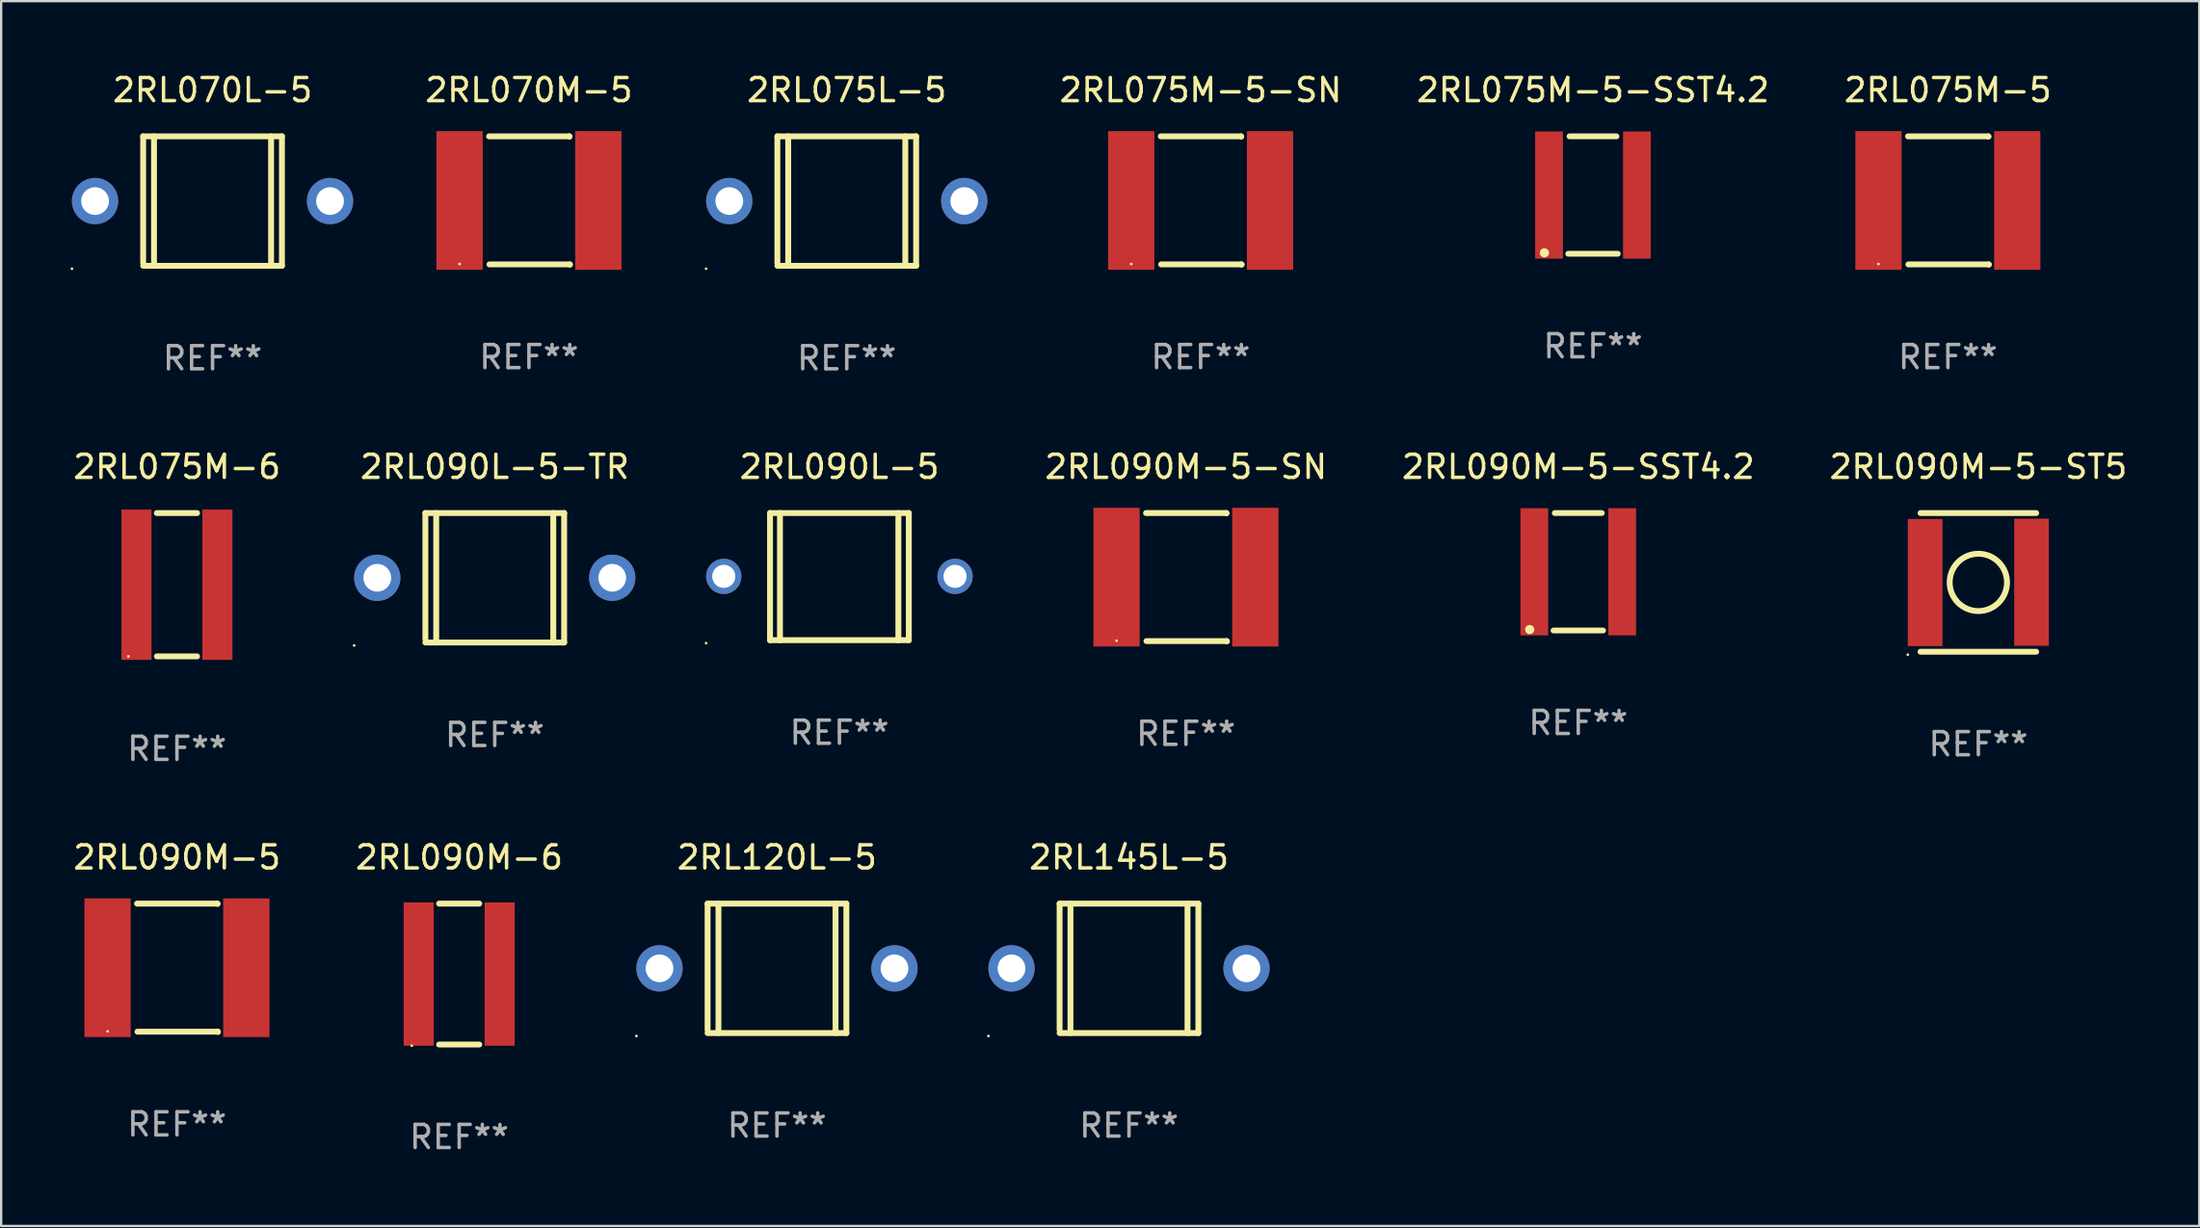
<source format=kicad_pcb>
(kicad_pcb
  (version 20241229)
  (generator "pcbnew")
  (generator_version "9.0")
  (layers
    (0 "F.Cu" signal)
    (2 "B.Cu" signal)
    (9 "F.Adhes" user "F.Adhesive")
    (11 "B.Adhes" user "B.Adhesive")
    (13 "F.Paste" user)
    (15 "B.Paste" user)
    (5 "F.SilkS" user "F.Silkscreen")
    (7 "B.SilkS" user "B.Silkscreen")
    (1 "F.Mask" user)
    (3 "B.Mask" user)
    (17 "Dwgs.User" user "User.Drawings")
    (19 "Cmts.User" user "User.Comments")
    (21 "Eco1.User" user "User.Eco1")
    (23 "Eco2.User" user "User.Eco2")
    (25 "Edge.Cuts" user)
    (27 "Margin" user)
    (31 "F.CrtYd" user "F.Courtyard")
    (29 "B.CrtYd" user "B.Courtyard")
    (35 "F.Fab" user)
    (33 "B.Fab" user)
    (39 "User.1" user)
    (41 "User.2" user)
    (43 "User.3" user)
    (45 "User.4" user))
  (footprint "2RL075L-5"
    (layer "F.Cu")
    (at 33.562 5.648)
    (property "Reference" "2RL075L-5" (at 0 -4.8 0) (layer "F.SilkS") (effects (font (size 1 1) (thickness 0.15))))
    (attr through_hole)
    (fp_line (start -3 -2.8) (end -3 2.667) (stroke (width 0.254) (type solid)) (layer "F.SilkS"))
    (fp_line (start -3 -2.8) (end 3 -2.8) (stroke (width 0.254) (type solid)) (layer "F.SilkS"))
    (fp_line (start -3 2.8) (end 3 2.8) (stroke (width 0.254) (type solid)) (layer "F.SilkS"))
    (fp_line (start -2.531 -2.8) (end -2.531 2.8) (stroke (width 0.254) (type solid)) (layer "F.SilkS"))
    (fp_line (start 2.531 -2.8) (end 2.531 2.8) (stroke (width 0.254) (type solid)) (layer "F.SilkS"))
    (fp_line (start 3 -2.8) (end 3 2.8) (stroke (width 0.254) (type solid)) (layer "F.SilkS"))
    (fp_circle (center -6.08 2.927) (end -6.05 2.927) (stroke (width 0.06) (type solid)) (fill no) (layer "F.SilkS"))
    (fp_text user "REF**" (at 0 6.8 0) (layer "F.Fab") (effects (font (size 1 1) (thickness 0.15))))
    (pad "1" thru_hole circle (at -5.08 0) (size 2 2) (drill 1.2) (layers "*.Cu" "*.Mask"))
    (pad "2" thru_hole circle (at 5.08 0) (size 2 2) (drill 1.2) (layers "*.Cu" "*.Mask")))
  (footprint "2RL070M-5"
    (layer "F.Cu")
    (at 19.821 5.623)
    (property "Reference" "2RL070M-5" (at 0 -4.775 0) (layer "F.SilkS") (effects (font (size 1 1) (thickness 0.15))))
    (attr through_hole)
    (fp_line (start -1.724 -2.775) (end 1.747 -2.775) (stroke (width 0.254) (type solid)) (layer "F.SilkS"))
    (fp_line (start -1.707 2.765) (end 1.764 2.765) (stroke (width 0.254) (type solid)) (layer "F.SilkS"))
    (fp_line (start 1.747 -2.775) (end 1.757 -2.765) (stroke (width 0.254) (type solid)) (layer "F.SilkS"))
    (fp_line (start 1.764 2.765) (end 1.773 2.775) (stroke (width 0.254) (type solid)) (layer "F.SilkS"))
    (fp_circle (center -3 2.749) (end -2.97 2.749) (stroke (width 0.06) (type solid)) (fill no) (layer "F.SilkS"))
    (fp_text user "REF**" (at 0 6.775 0) (layer "F.Fab") (effects (font (size 1 1) (thickness 0.15))))
    (pad "1" smd rect (at -3 -0.001) (size 2 6) (layers "F.Cu" "F.Mask" "F.Paste"))
    (pad "2" smd rect (at 3 -0.001) (size 2 6) (layers "F.Cu" "F.Mask" "F.Paste")))
  (footprint "2RL090L-5"
    (layer "F.Cu")
    (at 33.244 21.895)
    (property "Reference" "2RL090L-5" (at 0 -4.751 0) (layer "F.SilkS") (effects (font (size 1 1) (thickness 0.15))))
    (attr through_hole)
    (fp_line (start -3 -2.75) (end 3 -2.75) (stroke (width 0.254) (type solid)) (layer "F.SilkS"))
    (fp_line (start -3 2.749) (end -3 -2.751) (stroke (width 0.254) (type solid)) (layer "F.SilkS"))
    (fp_line (start -2.57 2.749) (end -2.57 -2.751) (stroke (width 0.254) (type solid)) (layer "F.SilkS"))
    (fp_line (start 2.55 2.751) (end 2.55 -2.749) (stroke (width 0.254) (type solid)) (layer "F.SilkS"))
    (fp_line (start 3 -2.75) (end 3 2.75) (stroke (width 0.254) (type solid)) (layer "F.SilkS"))
    (fp_line (start 3 2.749) (end -3 2.749) (stroke (width 0.254) (type solid)) (layer "F.SilkS"))
    (fp_circle (center -5.762 2.878) (end -5.732 2.878) (stroke (width 0.06) (type solid)) (fill no) (layer "F.SilkS"))
    (fp_text user "REF**" (at 0 6.751 0) (layer "F.Fab") (effects (font (size 1 1) (thickness 0.15))))
    (pad "1" thru_hole circle (at -5 -0.011) (size 1.524 1.524) (drill 1) (layers "*.Cu" "*.Mask"))
    (pad "2" thru_hole circle (at 5 -0.011) (size 1.524 1.524) (drill 1) (layers "*.Cu" "*.Mask")))
  (footprint "2RL075M-6"
    (layer "F.Cu")
    (at 4.601 22.245)
    (property "Reference" "2RL075M-6" (at 0 -5.1 0) (layer "F.SilkS") (effects (font (size 1 1) (thickness 0.15))))
    (attr through_hole)
    (fp_line (start -0.869 -3.1) (end 0.869 -3.1) (stroke (width 0.254) (type solid)) (layer "F.SilkS"))
    (fp_line (start -0.869 3.1) (end 0.869 3.1) (stroke (width 0.254) (type solid)) (layer "F.SilkS"))
    (fp_circle (center -2.1 3.1) (end -2.07 3.1) (stroke (width 0.06) (type solid)) (fill no) (layer "F.SilkS"))
    (fp_text user "REF**" (at 0 7.1 0) (layer "F.Fab") (effects (font (size 1 1) (thickness 0.15))))
    (pad "1" smd rect (at -1.75 -0.000013) (size 1.3 6.5) (layers "F.Cu" "F.Mask" "F.Paste"))
    (pad "2" smd rect (at 1.75 -0.000013) (size 1.3 6.5) (layers "F.Cu" "F.Mask" "F.Paste")))
  (footprint "2RL090M-6"
    (layer "F.Cu")
    (at 16.804 39.089)
    (property "Reference" "2RL090M-6" (at 0 -5.048 0) (layer "F.SilkS") (effects (font (size 1 1) (thickness 0.15))))
    (attr through_hole)
    (fp_line (start -0.869 -3.048) (end 0.869 -3.048) (stroke (width 0.254) (type solid)) (layer "F.SilkS"))
    (fp_line (start -0.869 3.048) (end 0.869 3.048) (stroke (width 0.254) (type solid)) (layer "F.SilkS"))
    (fp_circle (center -2.05 3.1) (end -2.02 3.1) (stroke (width 0.06) (type solid)) (fill no) (layer "F.SilkS"))
    (fp_text user "REF**" (at 0 7.048 0) (layer "F.Fab") (effects (font (size 1 1) (thickness 0.15))))
    (pad "1" smd rect (at -1.75 0) (size 1.3 6.2) (layers "F.Cu" "F.Mask" "F.Paste"))
    (pad "2" smd rect (at 1.75 0) (size 1.3 6.2) (layers "F.Cu" "F.Mask" "F.Paste")))
  (footprint "2RL090M-5-SN"
    (layer "F.Cu")
    (at 48.227 21.919)
    (property "Reference" "2RL090M-5-SN" (at 0 -4.775 0) (layer "F.SilkS") (effects (font (size 1 1) (thickness 0.15))))
    (attr through_hole)
    (fp_line (start -1.724 -2.775) (end 1.747 -2.775) (stroke (width 0.254) (type solid)) (layer "F.SilkS"))
    (fp_line (start -1.707 2.765) (end 1.764 2.765) (stroke (width 0.254) (type solid)) (layer "F.SilkS"))
    (fp_line (start 1.747 -2.775) (end 1.757 -2.765) (stroke (width 0.254) (type solid)) (layer "F.SilkS"))
    (fp_line (start 1.764 2.765) (end 1.773 2.775) (stroke (width 0.254) (type solid)) (layer "F.SilkS"))
    (fp_circle (center -3 2.749) (end -2.97 2.749) (stroke (width 0.06) (type solid)) (fill no) (layer "F.SilkS"))
    (fp_text user "REF**" (at 0 6.775 0) (layer "F.Fab") (effects (font (size 1 1) (thickness 0.15))))
    (pad "1" smd rect (at -3 -0.001) (size 2 6) (layers "F.Cu" "F.Mask" "F.Paste"))
    (pad "2" smd rect (at 3 -0.001) (size 2 6) (layers "F.Cu" "F.Mask" "F.Paste")))
  (footprint "2RL090M-5-SST4.2"
    (layer "F.Cu")
    (at 65.191 21.685)
    (property "Reference" "2RL090M-5-SST4.2" (at 0 -4.54 0) (layer "F.SilkS") (effects (font (size 1 1) (thickness 0.15))))
    (attr through_hole)
    (fp_line (start -1.071 2.54) (end 1.071 2.54) (stroke (width 0.25) (type solid)) (layer "F.SilkS"))
    (fp_line (start -1.016 -2.54) (end 1.016 -2.54) (stroke (width 0.25) (type solid)) (layer "F.SilkS"))
    (fp_circle (center -2.1 2.5) (end -2 2.5) (stroke (width 0.2) (type solid)) (fill no) (layer "F.SilkS"))
    (fp_text user "REF**" (at 0 6.54 0) (layer "F.Fab") (effects (font (size 1 1) (thickness 0.15))))
    (pad "1" smd rect (at -1.9 0) (size 1.2 5.5) (layers "F.Cu" "F.Mask" "F.Paste"))
    (pad "2" smd rect (at 1.9 0) (size 1.2 5.5) (layers "F.Cu" "F.Mask" "F.Paste")))
  (footprint "2RL090L-5-TR"
    (layer "F.Cu")
    (at 18.342 21.945)
    (property "Reference" "2RL090L-5-TR" (at 0 -4.8 0) (layer "F.SilkS") (effects (font (size 1 1) (thickness 0.15))))
    (attr through_hole)
    (fp_line (start -3 -2.8) (end -3 2.667) (stroke (width 0.254) (type solid)) (layer "F.SilkS"))
    (fp_line (start -3 -2.8) (end 3 -2.8) (stroke (width 0.254) (type solid)) (layer "F.SilkS"))
    (fp_line (start -3 2.8) (end 3 2.8) (stroke (width 0.254) (type solid)) (layer "F.SilkS"))
    (fp_line (start -2.531 -2.8) (end -2.531 2.8) (stroke (width 0.254) (type solid)) (layer "F.SilkS"))
    (fp_line (start 2.531 -2.8) (end 2.531 2.8) (stroke (width 0.254) (type solid)) (layer "F.SilkS"))
    (fp_line (start 3 -2.8) (end 3 2.8) (stroke (width 0.254) (type solid)) (layer "F.SilkS"))
    (fp_circle (center -6.08 2.927) (end -6.05 2.927) (stroke (width 0.06) (type solid)) (fill no) (layer "F.SilkS"))
    (fp_text user "REF**" (at 0 6.8 0) (layer "F.Fab") (effects (font (size 1 1) (thickness 0.15))))
    (pad "1" thru_hole circle (at -5.08 0) (size 2 2) (drill 1.2) (layers "*.Cu" "*.Mask"))
    (pad "2" thru_hole circle (at 5.08 0) (size 2 2) (drill 1.2) (layers "*.Cu" "*.Mask")))
  (footprint "2RL145L-5"
    (layer "F.Cu")
    (at 45.765 38.841)
    (property "Reference" "2RL145L-5" (at 0 -4.8 0) (layer "F.SilkS") (effects (font (size 1 1) (thickness 0.15))))
    (attr through_hole)
    (fp_line (start -3 -2.8) (end -3 2.667) (stroke (width 0.254) (type solid)) (layer "F.SilkS"))
    (fp_line (start -3 -2.8) (end 3 -2.8) (stroke (width 0.254) (type solid)) (layer "F.SilkS"))
    (fp_line (start -3 2.8) (end 3 2.8) (stroke (width 0.254) (type solid)) (layer "F.SilkS"))
    (fp_line (start -2.531 -2.8) (end -2.531 2.8) (stroke (width 0.254) (type solid)) (layer "F.SilkS"))
    (fp_line (start 2.531 -2.8) (end 2.531 2.8) (stroke (width 0.254) (type solid)) (layer "F.SilkS"))
    (fp_line (start 3 -2.8) (end 3 2.8) (stroke (width 0.254) (type solid)) (layer "F.SilkS"))
    (fp_circle (center -6.08 2.927) (end -6.05 2.927) (stroke (width 0.06) (type solid)) (fill no) (layer "F.SilkS"))
    (fp_text user "REF**" (at 0 6.8 0) (layer "F.Fab") (effects (font (size 1 1) (thickness 0.15))))
    (pad "1" thru_hole circle (at -5.08 0) (size 2 2) (drill 1.2) (layers "*.Cu" "*.Mask"))
    (pad "2" thru_hole circle (at 5.08 0) (size 2 2) (drill 1.2) (layers "*.Cu" "*.Mask")))
  (footprint "2RL120L-5"
    (layer "F.Cu")
    (at 30.545 38.841)
    (property "Reference" "2RL120L-5" (at 0 -4.8 0) (layer "F.SilkS") (effects (font (size 1 1) (thickness 0.15))))
    (attr through_hole)
    (fp_line (start -3 -2.8) (end -3 2.667) (stroke (width 0.254) (type solid)) (layer "F.SilkS"))
    (fp_line (start -3 -2.8) (end 3 -2.8) (stroke (width 0.254) (type solid)) (layer "F.SilkS"))
    (fp_line (start -3 2.8) (end 3 2.8) (stroke (width 0.254) (type solid)) (layer "F.SilkS"))
    (fp_line (start -2.531 -2.8) (end -2.531 2.8) (stroke (width 0.254) (type solid)) (layer "F.SilkS"))
    (fp_line (start 2.531 -2.8) (end 2.531 2.8) (stroke (width 0.254) (type solid)) (layer "F.SilkS"))
    (fp_line (start 3 -2.8) (end 3 2.8) (stroke (width 0.254) (type solid)) (layer "F.SilkS"))
    (fp_circle (center -6.08 2.927) (end -6.05 2.927) (stroke (width 0.06) (type solid)) (fill no) (layer "F.SilkS"))
    (fp_text user "REF**" (at 0 6.8 0) (layer "F.Fab") (effects (font (size 1 1) (thickness 0.15))))
    (pad "1" thru_hole circle (at -5.08 0) (size 2 2) (drill 1.2) (layers "*.Cu" "*.Mask"))
    (pad "2" thru_hole circle (at 5.08 0) (size 2 2) (drill 1.2) (layers "*.Cu" "*.Mask")))
  (footprint "2RL070L-5"
    (layer "F.Cu")
    (at 6.14 5.648)
    (property "Reference" "2RL070L-5" (at 0 -4.8 0) (layer "F.SilkS") (effects (font (size 1 1) (thickness 0.15))))
    (attr through_hole)
    (fp_line (start -3 -2.8) (end -3 2.667) (stroke (width 0.254) (type solid)) (layer "F.SilkS"))
    (fp_line (start -3 -2.8) (end 3 -2.8) (stroke (width 0.254) (type solid)) (layer "F.SilkS"))
    (fp_line (start -3 2.8) (end 3 2.8) (stroke (width 0.254) (type solid)) (layer "F.SilkS"))
    (fp_line (start -2.531 -2.8) (end -2.531 2.8) (stroke (width 0.254) (type solid)) (layer "F.SilkS"))
    (fp_line (start 2.531 -2.8) (end 2.531 2.8) (stroke (width 0.254) (type solid)) (layer "F.SilkS"))
    (fp_line (start 3 -2.8) (end 3 2.8) (stroke (width 0.254) (type solid)) (layer "F.SilkS"))
    (fp_circle (center -6.08 2.927) (end -6.05 2.927) (stroke (width 0.06) (type solid)) (fill no) (layer "F.SilkS"))
    (fp_text user "REF**" (at 0 6.8 0) (layer "F.Fab") (effects (font (size 1 1) (thickness 0.15))))
    (pad "1" thru_hole circle (at -5.08 0) (size 2 2) (drill 1.2) (layers "*.Cu" "*.Mask"))
    (pad "2" thru_hole circle (at 5.08 0) (size 2 2) (drill 1.2) (layers "*.Cu" "*.Mask")))
  (footprint "2RL075M-5-SN"
    (layer "F.Cu")
    (at 48.863 5.623)
    (property "Reference" "2RL075M-5-SN" (at 0 -4.775 0) (layer "F.SilkS") (effects (font (size 1 1) (thickness 0.15))))
    (attr through_hole)
    (fp_line (start -1.724 -2.775) (end 1.747 -2.775) (stroke (width 0.254) (type solid)) (layer "F.SilkS"))
    (fp_line (start -1.707 2.765) (end 1.764 2.765) (stroke (width 0.254) (type solid)) (layer "F.SilkS"))
    (fp_line (start 1.747 -2.775) (end 1.757 -2.765) (stroke (width 0.254) (type solid)) (layer "F.SilkS"))
    (fp_line (start 1.764 2.765) (end 1.773 2.775) (stroke (width 0.254) (type solid)) (layer "F.SilkS"))
    (fp_circle (center -3 2.749) (end -2.97 2.749) (stroke (width 0.06) (type solid)) (fill no) (layer "F.SilkS"))
    (fp_text user "REF**" (at 0 6.775 0) (layer "F.Fab") (effects (font (size 1 1) (thickness 0.15))))
    (pad "1" smd rect (at -3 -0.001) (size 2 6) (layers "F.Cu" "F.Mask" "F.Paste"))
    (pad "2" smd rect (at 3 -0.001) (size 2 6) (layers "F.Cu" "F.Mask" "F.Paste")))
  (footprint "2RL090M-5"
    (layer "F.Cu")
    (at 4.601 38.816)
    (property "Reference" "2RL090M-5" (at 0 -4.775 0) (layer "F.SilkS") (effects (font (size 1 1) (thickness 0.15))))
    (attr through_hole)
    (fp_line (start -1.724 -2.775) (end 1.747 -2.775) (stroke (width 0.254) (type solid)) (layer "F.SilkS"))
    (fp_line (start -1.707 2.765) (end 1.764 2.765) (stroke (width 0.254) (type solid)) (layer "F.SilkS"))
    (fp_line (start 1.747 -2.775) (end 1.757 -2.765) (stroke (width 0.254) (type solid)) (layer "F.SilkS"))
    (fp_line (start 1.764 2.765) (end 1.773 2.775) (stroke (width 0.254) (type solid)) (layer "F.SilkS"))
    (fp_circle (center -3 2.749) (end -2.97 2.749) (stroke (width 0.06) (type solid)) (fill no) (layer "F.SilkS"))
    (fp_text user "REF**" (at 0 6.775 0) (layer "F.Fab") (effects (font (size 1 1) (thickness 0.15))))
    (pad "1" smd rect (at -3 -0.001) (size 2 6) (layers "F.Cu" "F.Mask" "F.Paste"))
    (pad "2" smd rect (at 3 -0.001) (size 2 6) (layers "F.Cu" "F.Mask" "F.Paste")))
  (footprint "2RL075M-5-SST4.2"
    (layer "F.Cu")
    (at 65.827 5.388)
    (property "Reference" "2RL075M-5-SST4.2" (at 0 -4.54 0) (layer "F.SilkS") (effects (font (size 1 1) (thickness 0.15))))
    (attr through_hole)
    (fp_line (start -1.071 2.54) (end 1.071 2.54) (stroke (width 0.25) (type solid)) (layer "F.SilkS"))
    (fp_line (start -1.016 -2.54) (end 1.016 -2.54) (stroke (width 0.25) (type solid)) (layer "F.SilkS"))
    (fp_circle (center -2.1 2.5) (end -2 2.5) (stroke (width 0.2) (type solid)) (fill no) (layer "F.SilkS"))
    (fp_text user "REF**" (at 0 6.54 0) (layer "F.Fab") (effects (font (size 1 1) (thickness 0.15))))
    (pad "1" smd rect (at -1.9 0) (size 1.2 5.5) (layers "F.Cu" "F.Mask" "F.Paste"))
    (pad "2" smd rect (at 1.9 0) (size 1.2 5.5) (layers "F.Cu" "F.Mask" "F.Paste")))
  (footprint "2RL090M-5-ST5"
    (layer "F.Cu")
    (at 82.489 22.145)
    (property "Reference" "2RL090M-5-ST5" (at 0 -5 0) (layer "F.SilkS") (effects (font (size 1 1) (thickness 0.15))))
    (attr through_hole)
    (fp_line (start -2.5 -3) (end 2.5 -3) (stroke (width 0.254) (type solid)) (layer "F.SilkS"))
    (fp_line (start 2.5 3) (end -2.5 3) (stroke (width 0.254) (type solid)) (layer "F.SilkS"))
    (fp_circle (center -3.05 3.127) (end -3.02 3.127) (stroke (width 0.06) (type solid)) (fill no) (layer "F.SilkS"))
    (fp_circle (center 0.000127 0) (end 1.24 0) (stroke (width 0.254) (type solid)) (fill no) (layer "F.SilkS"))
    (fp_text user "REF**" (at 0 7 0) (layer "F.Fab") (effects (font (size 1 1) (thickness 0.15))))
    (pad "1" smd rect (at -2.3 0.007) (size 1.5 5.5) (layers "F.Cu" "F.Mask" "F.Paste"))
    (pad "2" smd rect (at 2.3 -0.007) (size 1.5 5.5) (layers "F.Cu" "F.Mask" "F.Paste")))
  (footprint "2RL075M-5"
    (layer "F.Cu")
    (at 81.172 5.623)
    (property "Reference" "2RL075M-5" (at 0 -4.775 0) (layer "F.SilkS") (effects (font (size 1 1) (thickness 0.15))))
    (attr through_hole)
    (fp_line (start -1.724 -2.775) (end 1.747 -2.775) (stroke (width 0.254) (type solid)) (layer "F.SilkS"))
    (fp_line (start -1.707 2.765) (end 1.764 2.765) (stroke (width 0.254) (type solid)) (layer "F.SilkS"))
    (fp_line (start 1.747 -2.775) (end 1.757 -2.765) (stroke (width 0.254) (type solid)) (layer "F.SilkS"))
    (fp_line (start 1.764 2.765) (end 1.773 2.775) (stroke (width 0.254) (type solid)) (layer "F.SilkS"))
    (fp_circle (center -3 2.749) (end -2.97 2.749) (stroke (width 0.06) (type solid)) (fill no) (layer "F.SilkS"))
    (fp_text user "REF**" (at 0 6.775 0) (layer "F.Fab") (effects (font (size 1 1) (thickness 0.15))))
    (pad "1" smd rect (at -3 -0.001) (size 2 6) (layers "F.Cu" "F.Mask" "F.Paste"))
    (pad "2" smd rect (at 3 -0.001) (size 2 6) (layers "F.Cu" "F.Mask" "F.Paste")))
  (gr_rect
    (start -3 -3)
    (end 92.042 49.986)
    (stroke (width 0.1) (type default))
    (fill no)
    (layer "Edge.Cuts")))
</source>
